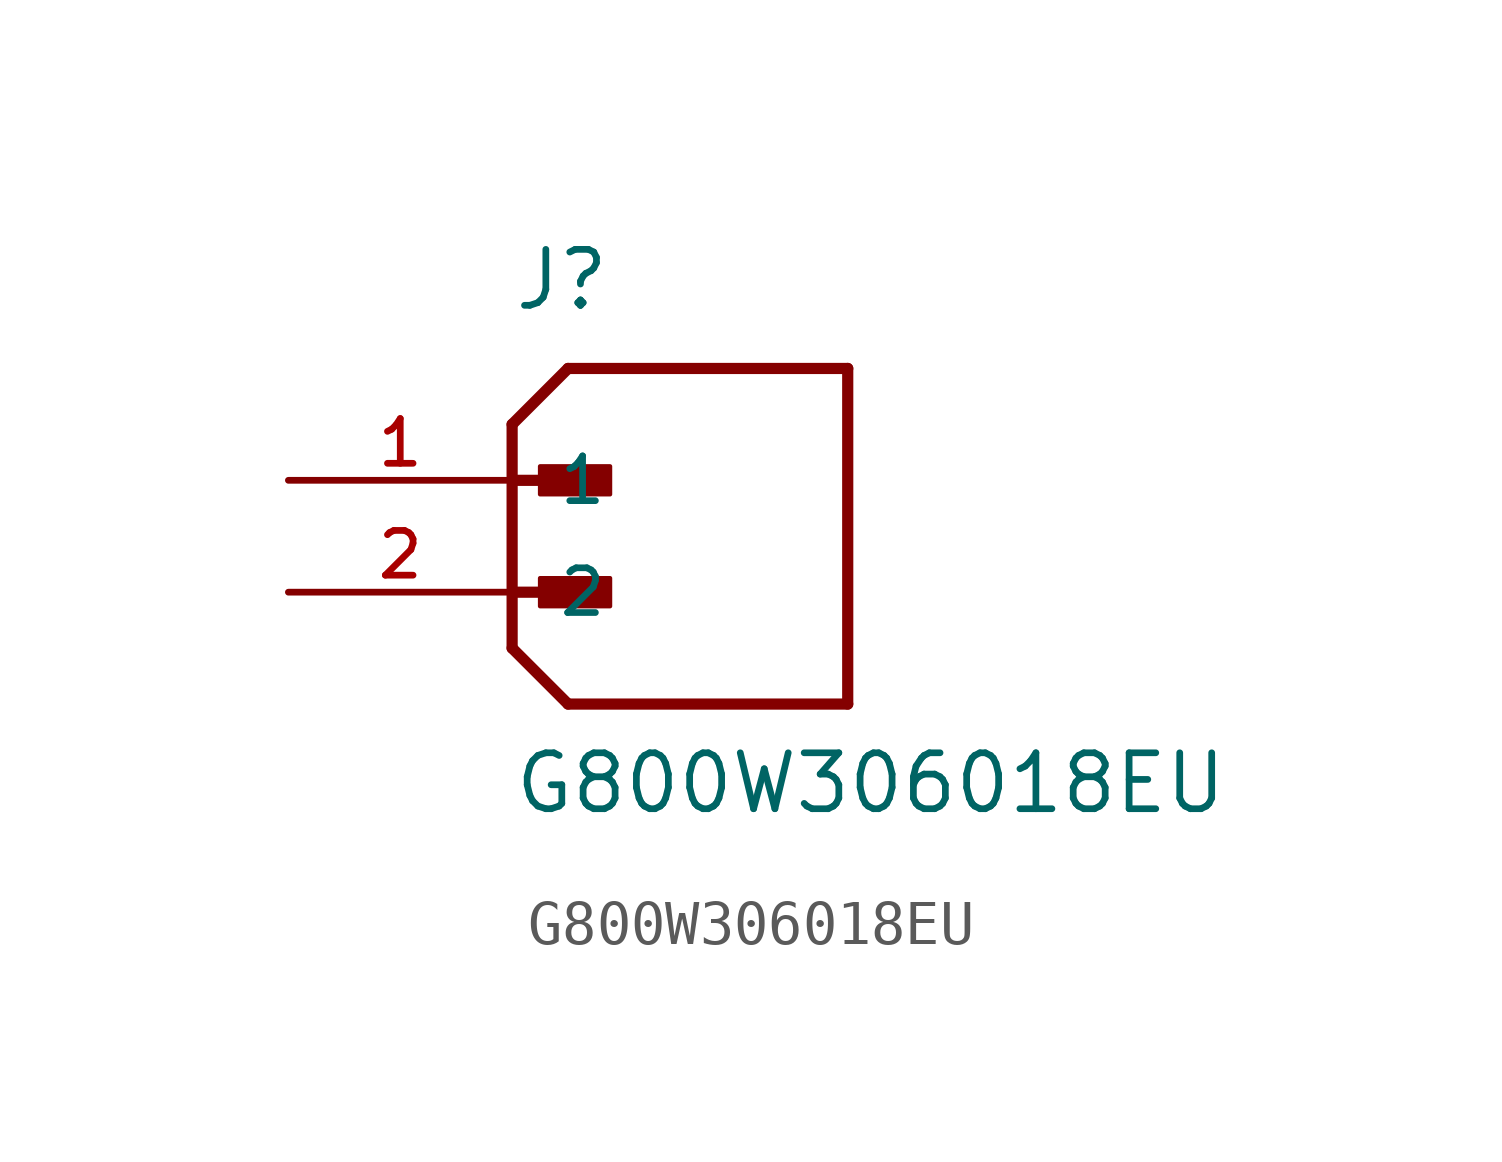
<source format=kicad_sym>
(kicad_symbol_lib
  (version 20211014)
  (generator kicad_symbol_editor)
  (symbol "G800W306018EU"
    (pin_names
      (offset 1.016))
    (property "Reference" "J"
      (at 0.0 6.35 0)
      (effects (font (size 1.27 1.27)) (justify bottom left)))
    (property "Value" "G800W306018EU"
      (at 0.0 -5.08 0)
      (effects (font (size 1.27 1.27)) (justify bottom left)))
    (symbol "G800W306018EU_0_0"
      (polyline (pts (xy 0.0 3.81) (xy 1.27 5.08)) (stroke (width 0.254)))
      (polyline (pts (xy 0.0 3.81) (xy 0.0 -1.27)) (stroke (width 0.254)))
      (polyline (pts (xy 0.0 -1.27) (xy 1.27 -2.54)) (stroke (width 0.254)))
      (polyline (pts (xy 1.27 -2.54) (xy 7.62 -2.54)) (stroke (width 0.254)))
      (polyline (pts (xy 7.62 -2.54) (xy 7.62 5.08)) (stroke (width 0.254)))
      (polyline (pts (xy 7.62 5.08) (xy 1.27 5.08)) (stroke (width 0.254)))
      (polyline (pts (xy 0.0 2.54) (xy 1.905 2.54)) (stroke (width 0.254)))
      (rectangle (start 0.635 2.223) (end 2.223 2.857) (stroke (width 0.1)) (fill (type outline)))
      (polyline (pts (xy 0.0 0.0) (xy 1.905 0.0)) (stroke (width 0.254)))
      (rectangle (start 0.635 -0.318) (end 2.223 0.318) (stroke (width 0.1)) (fill (type outline)))
      (pin passive line (at -5.08 2.54 0) (length 5.08) (name "1" (effects (font (size 1.016 1.016)))) (number "1" (effects (font (size 1.016 1.016)))))
      (pin passive line (at -5.08 0.0 0) (length 5.08) (name "2" (effects (font (size 1.016 1.016)))) (number "2" (effects (font (size 1.016 1.016))))))))
</source>
